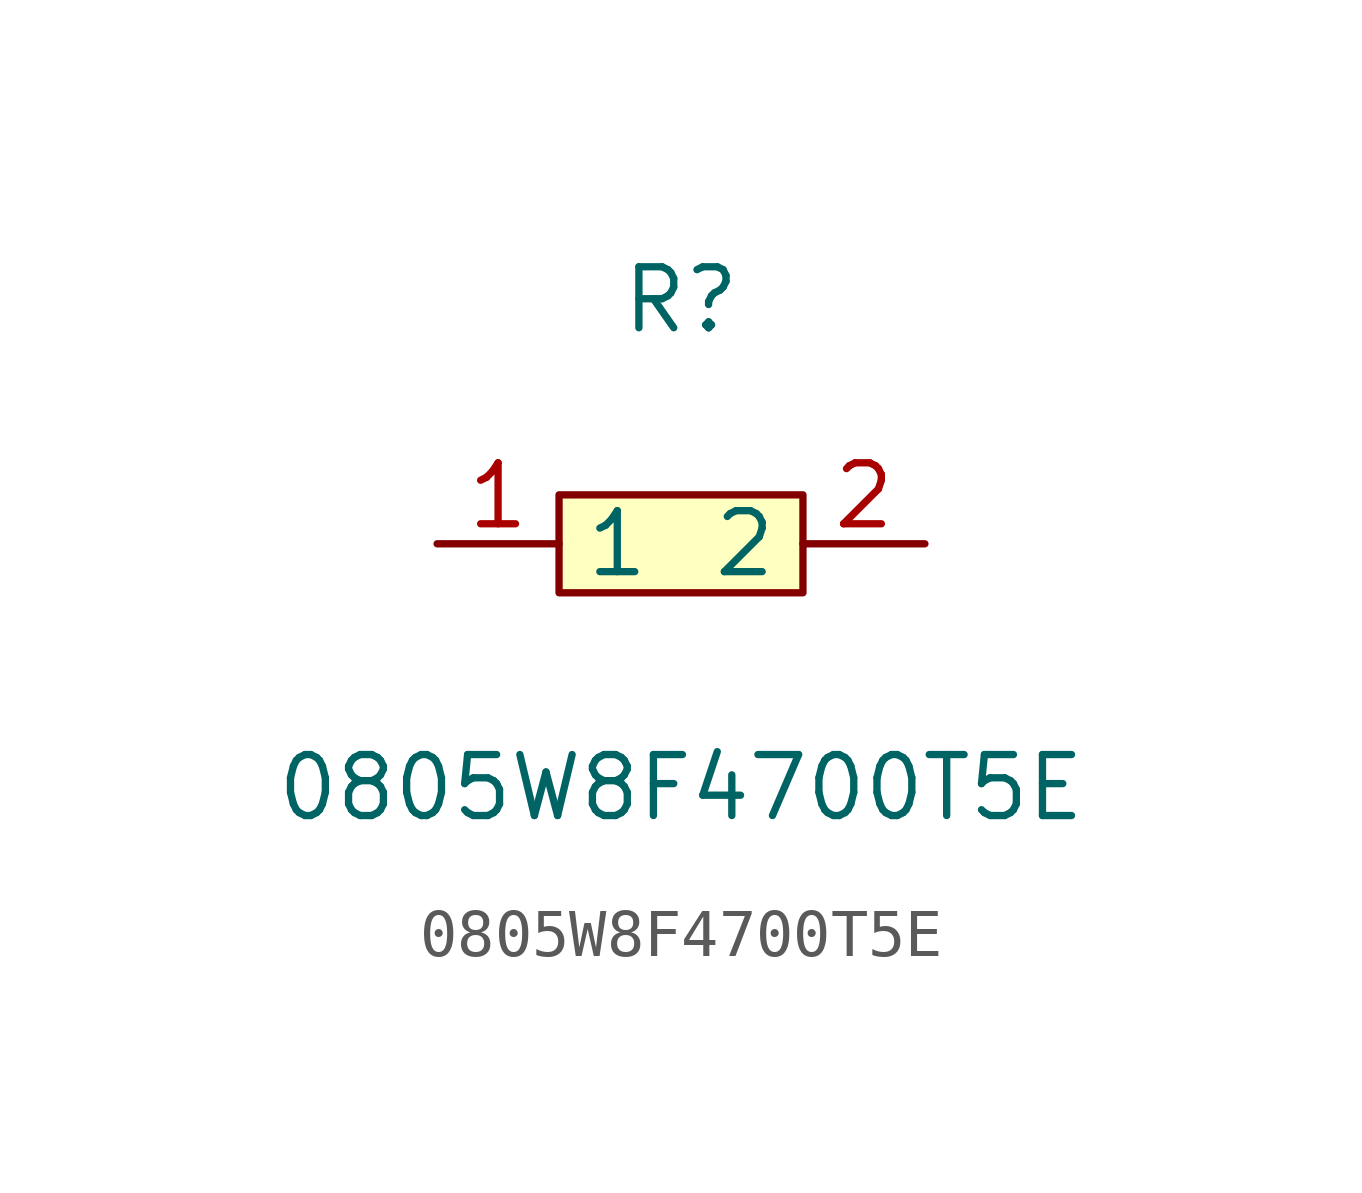
<source format=kicad_sym>
(kicad_symbol_lib
  (version 20211014)
  (generator https://github.com/uPesy/easyeda2kicad.py)
  (symbol "0805W8F4700T5E"
    (property "Reference" "R"
      (at 0 5.08 0)
      (effects (font (size 1.27 1.27))))
    (property "Value" "0805W8F4700T5E"
      (at 0 -5.08 0)
      (effects (font (size 1.27 1.27))))
    (symbol "0805W8F4700T5E_0_1"
      (rectangle (start -2.54 1.02) (end 2.54 -1.02) (stroke (width 0) (type default) (color 0 0 0 0)) (fill (type background)))
      (pin input line (at 5.08 -0.00 180) (length 2.54) (name "2" (effects (font (size 1.27 1.27)))) (number "2" (effects (font (size 1.27 1.27)))))
      (pin input line (at -5.08 -0.00 0) (length 2.54) (name "1" (effects (font (size 1.27 1.27)))) (number "1" (effects (font (size 1.27 1.27))))))))
</source>
